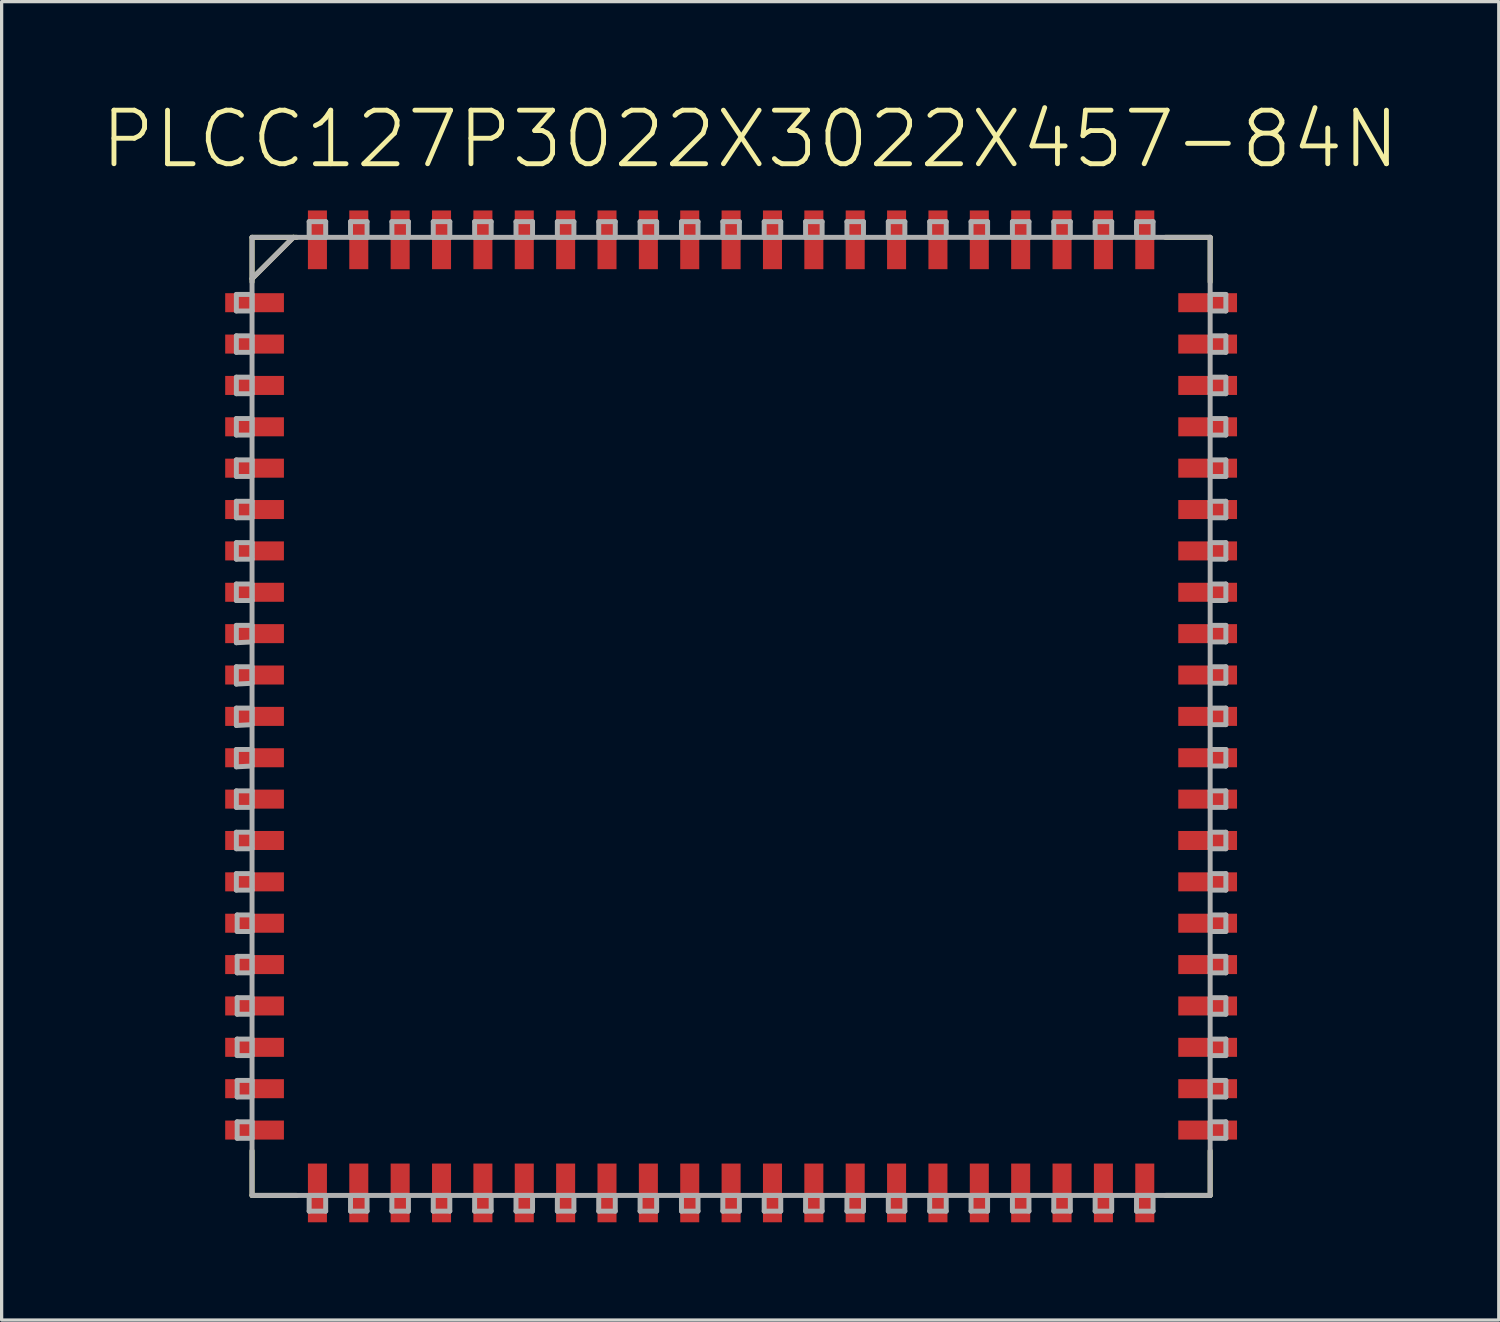
<source format=kicad_pcb>
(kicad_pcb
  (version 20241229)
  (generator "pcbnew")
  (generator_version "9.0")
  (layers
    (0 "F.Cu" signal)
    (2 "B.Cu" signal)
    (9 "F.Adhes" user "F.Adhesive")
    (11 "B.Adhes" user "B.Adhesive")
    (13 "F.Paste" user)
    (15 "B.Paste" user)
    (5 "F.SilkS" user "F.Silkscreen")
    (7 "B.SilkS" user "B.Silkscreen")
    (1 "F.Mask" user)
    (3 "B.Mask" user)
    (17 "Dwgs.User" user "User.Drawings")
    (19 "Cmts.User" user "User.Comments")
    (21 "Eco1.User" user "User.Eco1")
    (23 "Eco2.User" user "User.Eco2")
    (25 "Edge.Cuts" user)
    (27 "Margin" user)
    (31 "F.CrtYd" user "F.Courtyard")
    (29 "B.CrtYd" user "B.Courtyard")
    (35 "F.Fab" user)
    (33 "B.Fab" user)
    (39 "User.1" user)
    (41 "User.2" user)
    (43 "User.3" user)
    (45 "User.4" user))
  (footprint "PLCC127P3022X3022X457-84N"
    (layer "F.Cu")
    (at 19.395 18.943)
    (property "Reference" "PLCC127P3022X3022X457-84N" (at 0.586 -17.719 0) (layer "F.SilkS") (effects (font (size 1.644 1.644) (thickness 0.15))))
    (attr smd)
    (fp_line (start -14.707 -14.707) (end -14.707 -13.335) (stroke (width 0.152) (type solid)) (layer "F.SilkS"))
    (fp_line (start -14.707 -13.437) (end -13.437 -14.707) (stroke (width 0.152) (type solid)) (layer "F.SilkS"))
    (fp_line (start -14.707 13.335) (end -14.707 14.707) (stroke (width 0.152) (type solid)) (layer "F.SilkS"))
    (fp_line (start -14.707 14.707) (end -13.335 14.707) (stroke (width 0.152) (type solid)) (layer "F.SilkS"))
    (fp_line (start -13.437 -14.707) (end -14.707 -14.707) (stroke (width 0.152) (type solid)) (layer "F.SilkS"))
    (fp_line (start -13.335 -14.707) (end -13.437 -14.707) (stroke (width 0.152) (type solid)) (layer "F.SilkS"))
    (fp_line (start 13.335 14.707) (end 14.707 14.707) (stroke (width 0.152) (type solid)) (layer "F.SilkS"))
    (fp_line (start 14.707 -14.707) (end 13.335 -14.707) (stroke (width 0.152) (type solid)) (layer "F.SilkS"))
    (fp_line (start 14.707 -13.335) (end 14.707 -14.707) (stroke (width 0.152) (type solid)) (layer "F.SilkS"))
    (fp_line (start 14.707 14.707) (end 14.707 13.335) (stroke (width 0.152) (type solid)) (layer "F.SilkS"))
    (fp_line (start -15.189 -12.954) (end -15.189 -12.446) (stroke (width 0.152) (type solid)) (layer "F.Fab"))
    (fp_line (start -15.189 -12.446) (end -14.707 -12.446) (stroke (width 0.152) (type solid)) (layer "F.Fab"))
    (fp_line (start -15.189 -11.684) (end -15.189 -11.176) (stroke (width 0.152) (type solid)) (layer "F.Fab"))
    (fp_line (start -15.189 -11.176) (end -14.707 -11.176) (stroke (width 0.152) (type solid)) (layer "F.Fab"))
    (fp_line (start -15.189 -10.414) (end -15.189 -9.906) (stroke (width 0.152) (type solid)) (layer "F.Fab"))
    (fp_line (start -15.189 -9.906) (end -14.707 -9.906) (stroke (width 0.152) (type solid)) (layer "F.Fab"))
    (fp_line (start -15.189 -9.144) (end -15.189 -8.636) (stroke (width 0.152) (type solid)) (layer "F.Fab"))
    (fp_line (start -15.189 -8.636) (end -14.707 -8.636) (stroke (width 0.152) (type solid)) (layer "F.Fab"))
    (fp_line (start -15.189 -7.874) (end -15.189 -7.366) (stroke (width 0.152) (type solid)) (layer "F.Fab"))
    (fp_line (start -15.189 -7.366) (end -14.707 -7.366) (stroke (width 0.152) (type solid)) (layer "F.Fab"))
    (fp_line (start -15.189 -6.604) (end -15.189 -6.096) (stroke (width 0.152) (type solid)) (layer "F.Fab"))
    (fp_line (start -15.189 -6.096) (end -14.707 -6.096) (stroke (width 0.152) (type solid)) (layer "F.Fab"))
    (fp_line (start -15.189 -5.334) (end -15.189 -4.826) (stroke (width 0.152) (type solid)) (layer "F.Fab"))
    (fp_line (start -15.189 -4.826) (end -14.707 -4.826) (stroke (width 0.152) (type solid)) (layer "F.Fab"))
    (fp_line (start -15.189 -4.064) (end -15.189 -3.556) (stroke (width 0.152) (type solid)) (layer "F.Fab"))
    (fp_line (start -15.189 -3.556) (end -14.707 -3.556) (stroke (width 0.152) (type solid)) (layer "F.Fab"))
    (fp_line (start -15.189 -2.794) (end -15.189 -2.261) (stroke (width 0.152) (type solid)) (layer "F.Fab"))
    (fp_line (start -15.189 -2.261) (end -14.707 -2.286) (stroke (width 0.152) (type solid)) (layer "F.Fab"))
    (fp_line (start -15.189 -1.524) (end -15.189 -0.991) (stroke (width 0.152) (type solid)) (layer "F.Fab"))
    (fp_line (start -15.189 -0.991) (end -14.707 -1.016) (stroke (width 0.152) (type solid)) (layer "F.Fab"))
    (fp_line (start -15.189 -0.254) (end -15.189 0.279) (stroke (width 0.152) (type solid)) (layer "F.Fab"))
    (fp_line (start -15.189 0.279) (end -14.707 0.254) (stroke (width 0.152) (type solid)) (layer "F.Fab"))
    (fp_line (start -15.189 1.016) (end -15.189 1.549) (stroke (width 0.152) (type solid)) (layer "F.Fab"))
    (fp_line (start -15.189 1.549) (end -14.707 1.524) (stroke (width 0.152) (type solid)) (layer "F.Fab"))
    (fp_line (start -15.189 2.286) (end -15.189 2.794) (stroke (width 0.152) (type solid)) (layer "F.Fab"))
    (fp_line (start -15.189 2.794) (end -14.707 2.794) (stroke (width 0.152) (type solid)) (layer "F.Fab"))
    (fp_line (start -15.189 3.556) (end -15.189 4.064) (stroke (width 0.152) (type solid)) (layer "F.Fab"))
    (fp_line (start -15.189 4.064) (end -14.707 4.064) (stroke (width 0.152) (type solid)) (layer "F.Fab"))
    (fp_line (start -15.189 4.826) (end -15.189 5.334) (stroke (width 0.152) (type solid)) (layer "F.Fab"))
    (fp_line (start -15.189 5.334) (end -14.707 5.334) (stroke (width 0.152) (type solid)) (layer "F.Fab"))
    (fp_line (start -15.164 6.096) (end -15.164 6.604) (stroke (width 0.152) (type solid)) (layer "F.Fab"))
    (fp_line (start -15.164 6.604) (end -14.707 6.604) (stroke (width 0.152) (type solid)) (layer "F.Fab"))
    (fp_line (start -15.164 7.366) (end -15.164 7.874) (stroke (width 0.152) (type solid)) (layer "F.Fab"))
    (fp_line (start -15.164 7.874) (end -14.707 7.874) (stroke (width 0.152) (type solid)) (layer "F.Fab"))
    (fp_line (start -15.164 8.636) (end -15.164 9.144) (stroke (width 0.152) (type solid)) (layer "F.Fab"))
    (fp_line (start -15.164 9.144) (end -14.707 9.144) (stroke (width 0.152) (type solid)) (layer "F.Fab"))
    (fp_line (start -15.164 9.906) (end -15.164 10.414) (stroke (width 0.152) (type solid)) (layer "F.Fab"))
    (fp_line (start -15.164 10.414) (end -14.707 10.414) (stroke (width 0.152) (type solid)) (layer "F.Fab"))
    (fp_line (start -15.164 11.176) (end -15.164 11.684) (stroke (width 0.152) (type solid)) (layer "F.Fab"))
    (fp_line (start -15.164 11.684) (end -14.707 11.684) (stroke (width 0.152) (type solid)) (layer "F.Fab"))
    (fp_line (start -15.164 12.446) (end -15.164 12.954) (stroke (width 0.152) (type solid)) (layer "F.Fab"))
    (fp_line (start -15.164 12.954) (end -14.707 12.954) (stroke (width 0.152) (type solid)) (layer "F.Fab"))
    (fp_line (start -14.707 -14.707) (end -14.707 14.707) (stroke (width 0.152) (type solid)) (layer "F.Fab"))
    (fp_line (start -14.707 -13.437) (end -13.437 -14.707) (stroke (width 0.152) (type solid)) (layer "F.Fab"))
    (fp_line (start -14.707 -12.954) (end -15.189 -12.954) (stroke (width 0.152) (type solid)) (layer "F.Fab"))
    (fp_line (start -14.707 -12.446) (end -14.707 -12.954) (stroke (width 0.152) (type solid)) (layer "F.Fab"))
    (fp_line (start -14.707 -11.684) (end -15.189 -11.684) (stroke (width 0.152) (type solid)) (layer "F.Fab"))
    (fp_line (start -14.707 -11.176) (end -14.707 -11.684) (stroke (width 0.152) (type solid)) (layer "F.Fab"))
    (fp_line (start -14.707 -10.414) (end -15.189 -10.414) (stroke (width 0.152) (type solid)) (layer "F.Fab"))
    (fp_line (start -14.707 -9.906) (end -14.707 -10.414) (stroke (width 0.152) (type solid)) (layer "F.Fab"))
    (fp_line (start -14.707 -9.144) (end -15.189 -9.144) (stroke (width 0.152) (type solid)) (layer "F.Fab"))
    (fp_line (start -14.707 -8.636) (end -14.707 -9.144) (stroke (width 0.152) (type solid)) (layer "F.Fab"))
    (fp_line (start -14.707 -7.874) (end -15.189 -7.874) (stroke (width 0.152) (type solid)) (layer "F.Fab"))
    (fp_line (start -14.707 -7.366) (end -14.707 -7.874) (stroke (width 0.152) (type solid)) (layer "F.Fab"))
    (fp_line (start -14.707 -6.604) (end -15.189 -6.604) (stroke (width 0.152) (type solid)) (layer "F.Fab"))
    (fp_line (start -14.707 -6.096) (end -14.707 -6.604) (stroke (width 0.152) (type solid)) (layer "F.Fab"))
    (fp_line (start -14.707 -5.334) (end -15.189 -5.334) (stroke (width 0.152) (type solid)) (layer "F.Fab"))
    (fp_line (start -14.707 -4.826) (end -14.707 -5.334) (stroke (width 0.152) (type solid)) (layer "F.Fab"))
    (fp_line (start -14.707 -4.064) (end -15.189 -4.064) (stroke (width 0.152) (type solid)) (layer "F.Fab"))
    (fp_line (start -14.707 -3.556) (end -14.707 -4.064) (stroke (width 0.152) (type solid)) (layer "F.Fab"))
    (fp_line (start -14.707 -2.794) (end -15.189 -2.794) (stroke (width 0.152) (type solid)) (layer "F.Fab"))
    (fp_line (start -14.707 -2.286) (end -14.707 -2.794) (stroke (width 0.152) (type solid)) (layer "F.Fab"))
    (fp_line (start -14.707 -1.524) (end -15.189 -1.524) (stroke (width 0.152) (type solid)) (layer "F.Fab"))
    (fp_line (start -14.707 -1.016) (end -14.707 -1.524) (stroke (width 0.152) (type solid)) (layer "F.Fab"))
    (fp_line (start -14.707 -0.254) (end -15.189 -0.254) (stroke (width 0.152) (type solid)) (layer "F.Fab"))
    (fp_line (start -14.707 0.254) (end -14.707 -0.254) (stroke (width 0.152) (type solid)) (layer "F.Fab"))
    (fp_line (start -14.707 1.016) (end -15.189 1.016) (stroke (width 0.152) (type solid)) (layer "F.Fab"))
    (fp_line (start -14.707 1.524) (end -14.707 1.016) (stroke (width 0.152) (type solid)) (layer "F.Fab"))
    (fp_line (start -14.707 2.286) (end -15.189 2.286) (stroke (width 0.152) (type solid)) (layer "F.Fab"))
    (fp_line (start -14.707 2.794) (end -14.707 2.286) (stroke (width 0.152) (type solid)) (layer "F.Fab"))
    (fp_line (start -14.707 3.556) (end -15.189 3.556) (stroke (width 0.152) (type solid)) (layer "F.Fab"))
    (fp_line (start -14.707 4.064) (end -14.707 3.556) (stroke (width 0.152) (type solid)) (layer "F.Fab"))
    (fp_line (start -14.707 4.826) (end -15.189 4.826) (stroke (width 0.152) (type solid)) (layer "F.Fab"))
    (fp_line (start -14.707 5.334) (end -14.707 4.826) (stroke (width 0.152) (type solid)) (layer "F.Fab"))
    (fp_line (start -14.707 6.096) (end -15.164 6.096) (stroke (width 0.152) (type solid)) (layer "F.Fab"))
    (fp_line (start -14.707 6.604) (end -14.707 6.096) (stroke (width 0.152) (type solid)) (layer "F.Fab"))
    (fp_line (start -14.707 7.366) (end -15.164 7.366) (stroke (width 0.152) (type solid)) (layer "F.Fab"))
    (fp_line (start -14.707 7.874) (end -14.707 7.366) (stroke (width 0.152) (type solid)) (layer "F.Fab"))
    (fp_line (start -14.707 8.636) (end -15.164 8.636) (stroke (width 0.152) (type solid)) (layer "F.Fab"))
    (fp_line (start -14.707 9.144) (end -14.707 8.636) (stroke (width 0.152) (type solid)) (layer "F.Fab"))
    (fp_line (start -14.707 9.906) (end -15.164 9.906) (stroke (width 0.152) (type solid)) (layer "F.Fab"))
    (fp_line (start -14.707 10.414) (end -14.707 9.906) (stroke (width 0.152) (type solid)) (layer "F.Fab"))
    (fp_line (start -14.707 11.176) (end -15.164 11.176) (stroke (width 0.152) (type solid)) (layer "F.Fab"))
    (fp_line (start -14.707 11.684) (end -14.707 11.176) (stroke (width 0.152) (type solid)) (layer "F.Fab"))
    (fp_line (start -14.707 12.446) (end -15.164 12.446) (stroke (width 0.152) (type solid)) (layer "F.Fab"))
    (fp_line (start -14.707 12.954) (end -14.707 12.446) (stroke (width 0.152) (type solid)) (layer "F.Fab"))
    (fp_line (start -14.707 14.707) (end 14.707 14.707) (stroke (width 0.152) (type solid)) (layer "F.Fab"))
    (fp_line (start -12.954 -15.189) (end -12.954 -14.707) (stroke (width 0.152) (type solid)) (layer "F.Fab"))
    (fp_line (start -12.954 -14.707) (end -12.446 -14.707) (stroke (width 0.152) (type solid)) (layer "F.Fab"))
    (fp_line (start -12.954 14.707) (end -12.954 15.189) (stroke (width 0.152) (type solid)) (layer "F.Fab"))
    (fp_line (start -12.954 15.189) (end -12.446 15.189) (stroke (width 0.152) (type solid)) (layer "F.Fab"))
    (fp_line (start -12.446 -15.189) (end -12.954 -15.189) (stroke (width 0.152) (type solid)) (layer "F.Fab"))
    (fp_line (start -12.446 -14.707) (end -12.446 -15.189) (stroke (width 0.152) (type solid)) (layer "F.Fab"))
    (fp_line (start -12.446 14.707) (end -12.954 14.707) (stroke (width 0.152) (type solid)) (layer "F.Fab"))
    (fp_line (start -12.446 15.189) (end -12.446 14.707) (stroke (width 0.152) (type solid)) (layer "F.Fab"))
    (fp_line (start -11.684 -15.189) (end -11.684 -14.707) (stroke (width 0.152) (type solid)) (layer "F.Fab"))
    (fp_line (start -11.684 -14.707) (end -11.176 -14.707) (stroke (width 0.152) (type solid)) (layer "F.Fab"))
    (fp_line (start -11.684 14.707) (end -11.684 15.189) (stroke (width 0.152) (type solid)) (layer "F.Fab"))
    (fp_line (start -11.684 15.189) (end -11.176 15.189) (stroke (width 0.152) (type solid)) (layer "F.Fab"))
    (fp_line (start -11.176 -15.189) (end -11.684 -15.189) (stroke (width 0.152) (type solid)) (layer "F.Fab"))
    (fp_line (start -11.176 -14.707) (end -11.176 -15.189) (stroke (width 0.152) (type solid)) (layer "F.Fab"))
    (fp_line (start -11.176 14.707) (end -11.684 14.707) (stroke (width 0.152) (type solid)) (layer "F.Fab"))
    (fp_line (start -11.176 15.189) (end -11.176 14.707) (stroke (width 0.152) (type solid)) (layer "F.Fab"))
    (fp_line (start -10.414 -15.189) (end -10.414 -14.707) (stroke (width 0.152) (type solid)) (layer "F.Fab"))
    (fp_line (start -10.414 -14.707) (end -9.906 -14.707) (stroke (width 0.152) (type solid)) (layer "F.Fab"))
    (fp_line (start -10.414 14.707) (end -10.414 15.189) (stroke (width 0.152) (type solid)) (layer "F.Fab"))
    (fp_line (start -10.414 15.189) (end -9.906 15.189) (stroke (width 0.152) (type solid)) (layer "F.Fab"))
    (fp_line (start -9.906 -15.189) (end -10.414 -15.189) (stroke (width 0.152) (type solid)) (layer "F.Fab"))
    (fp_line (start -9.906 -14.707) (end -9.906 -15.189) (stroke (width 0.152) (type solid)) (layer "F.Fab"))
    (fp_line (start -9.906 14.707) (end -10.414 14.707) (stroke (width 0.152) (type solid)) (layer "F.Fab"))
    (fp_line (start -9.906 15.189) (end -9.906 14.707) (stroke (width 0.152) (type solid)) (layer "F.Fab"))
    (fp_line (start -9.144 -15.189) (end -9.144 -14.707) (stroke (width 0.152) (type solid)) (layer "F.Fab"))
    (fp_line (start -9.144 -14.707) (end -8.636 -14.707) (stroke (width 0.152) (type solid)) (layer "F.Fab"))
    (fp_line (start -9.144 14.707) (end -9.144 15.189) (stroke (width 0.152) (type solid)) (layer "F.Fab"))
    (fp_line (start -9.144 15.189) (end -8.636 15.189) (stroke (width 0.152) (type solid)) (layer "F.Fab"))
    (fp_line (start -8.636 -15.189) (end -9.144 -15.189) (stroke (width 0.152) (type solid)) (layer "F.Fab"))
    (fp_line (start -8.636 -14.707) (end -8.636 -15.189) (stroke (width 0.152) (type solid)) (layer "F.Fab"))
    (fp_line (start -8.636 14.707) (end -9.144 14.707) (stroke (width 0.152) (type solid)) (layer "F.Fab"))
    (fp_line (start -8.636 15.189) (end -8.636 14.707) (stroke (width 0.152) (type solid)) (layer "F.Fab"))
    (fp_line (start -7.874 -15.189) (end -7.874 -14.707) (stroke (width 0.152) (type solid)) (layer "F.Fab"))
    (fp_line (start -7.874 -14.707) (end -7.366 -14.707) (stroke (width 0.152) (type solid)) (layer "F.Fab"))
    (fp_line (start -7.874 14.707) (end -7.874 15.189) (stroke (width 0.152) (type solid)) (layer "F.Fab"))
    (fp_line (start -7.874 15.189) (end -7.366 15.189) (stroke (width 0.152) (type solid)) (layer "F.Fab"))
    (fp_line (start -7.366 -15.189) (end -7.874 -15.189) (stroke (width 0.152) (type solid)) (layer "F.Fab"))
    (fp_line (start -7.366 -14.707) (end -7.366 -15.189) (stroke (width 0.152) (type solid)) (layer "F.Fab"))
    (fp_line (start -7.366 14.707) (end -7.874 14.707) (stroke (width 0.152) (type solid)) (layer "F.Fab"))
    (fp_line (start -7.366 15.189) (end -7.366 14.707) (stroke (width 0.152) (type solid)) (layer "F.Fab"))
    (fp_line (start -6.604 -15.189) (end -6.604 -14.707) (stroke (width 0.152) (type solid)) (layer "F.Fab"))
    (fp_line (start -6.604 -14.707) (end -6.096 -14.707) (stroke (width 0.152) (type solid)) (layer "F.Fab"))
    (fp_line (start -6.604 14.707) (end -6.604 15.189) (stroke (width 0.152) (type solid)) (layer "F.Fab"))
    (fp_line (start -6.604 15.189) (end -6.096 15.189) (stroke (width 0.152) (type solid)) (layer "F.Fab"))
    (fp_line (start -6.096 -15.189) (end -6.604 -15.189) (stroke (width 0.152) (type solid)) (layer "F.Fab"))
    (fp_line (start -6.096 -14.707) (end -6.096 -15.189) (stroke (width 0.152) (type solid)) (layer "F.Fab"))
    (fp_line (start -6.096 14.707) (end -6.604 14.707) (stroke (width 0.152) (type solid)) (layer "F.Fab"))
    (fp_line (start -6.096 15.189) (end -6.096 14.707) (stroke (width 0.152) (type solid)) (layer "F.Fab"))
    (fp_line (start -5.334 -15.189) (end -5.334 -14.707) (stroke (width 0.152) (type solid)) (layer "F.Fab"))
    (fp_line (start -5.334 -14.707) (end -4.826 -14.707) (stroke (width 0.152) (type solid)) (layer "F.Fab"))
    (fp_line (start -5.334 14.707) (end -5.334 15.189) (stroke (width 0.152) (type solid)) (layer "F.Fab"))
    (fp_line (start -5.334 15.189) (end -4.826 15.189) (stroke (width 0.152) (type solid)) (layer "F.Fab"))
    (fp_line (start -4.826 -15.189) (end -5.334 -15.189) (stroke (width 0.152) (type solid)) (layer "F.Fab"))
    (fp_line (start -4.826 -14.707) (end -4.826 -15.189) (stroke (width 0.152) (type solid)) (layer "F.Fab"))
    (fp_line (start -4.826 14.707) (end -5.334 14.707) (stroke (width 0.152) (type solid)) (layer "F.Fab"))
    (fp_line (start -4.826 15.189) (end -4.826 14.707) (stroke (width 0.152) (type solid)) (layer "F.Fab"))
    (fp_line (start -4.064 -15.189) (end -4.064 -14.707) (stroke (width 0.152) (type solid)) (layer "F.Fab"))
    (fp_line (start -4.064 -14.707) (end -3.556 -14.707) (stroke (width 0.152) (type solid)) (layer "F.Fab"))
    (fp_line (start -4.064 14.707) (end -4.064 15.189) (stroke (width 0.152) (type solid)) (layer "F.Fab"))
    (fp_line (start -4.064 15.189) (end -3.556 15.189) (stroke (width 0.152) (type solid)) (layer "F.Fab"))
    (fp_line (start -3.556 -15.189) (end -4.064 -15.189) (stroke (width 0.152) (type solid)) (layer "F.Fab"))
    (fp_line (start -3.556 -14.707) (end -3.556 -15.189) (stroke (width 0.152) (type solid)) (layer "F.Fab"))
    (fp_line (start -3.556 14.707) (end -4.064 14.707) (stroke (width 0.152) (type solid)) (layer "F.Fab"))
    (fp_line (start -3.556 15.189) (end -3.556 14.707) (stroke (width 0.152) (type solid)) (layer "F.Fab"))
    (fp_line (start -2.794 -15.189) (end -2.794 -14.707) (stroke (width 0.152) (type solid)) (layer "F.Fab"))
    (fp_line (start -2.794 -14.707) (end -2.286 -14.707) (stroke (width 0.152) (type solid)) (layer "F.Fab"))
    (fp_line (start -2.794 14.707) (end -2.794 15.189) (stroke (width 0.152) (type solid)) (layer "F.Fab"))
    (fp_line (start -2.794 15.189) (end -2.286 15.189) (stroke (width 0.152) (type solid)) (layer "F.Fab"))
    (fp_line (start -2.286 -15.189) (end -2.794 -15.189) (stroke (width 0.152) (type solid)) (layer "F.Fab"))
    (fp_line (start -2.286 -14.707) (end -2.286 -15.189) (stroke (width 0.152) (type solid)) (layer "F.Fab"))
    (fp_line (start -2.286 14.707) (end -2.794 14.707) (stroke (width 0.152) (type solid)) (layer "F.Fab"))
    (fp_line (start -2.286 15.189) (end -2.286 14.707) (stroke (width 0.152) (type solid)) (layer "F.Fab"))
    (fp_line (start -1.524 -15.189) (end -1.524 -14.707) (stroke (width 0.152) (type solid)) (layer "F.Fab"))
    (fp_line (start -1.524 -14.707) (end -1.016 -14.707) (stroke (width 0.152) (type solid)) (layer "F.Fab"))
    (fp_line (start -1.524 14.707) (end -1.524 15.189) (stroke (width 0.152) (type solid)) (layer "F.Fab"))
    (fp_line (start -1.524 15.189) (end -1.016 15.189) (stroke (width 0.152) (type solid)) (layer "F.Fab"))
    (fp_line (start -1.016 -15.189) (end -1.524 -15.189) (stroke (width 0.152) (type solid)) (layer "F.Fab"))
    (fp_line (start -1.016 -14.707) (end -1.016 -15.189) (stroke (width 0.152) (type solid)) (layer "F.Fab"))
    (fp_line (start -1.016 14.707) (end -1.524 14.707) (stroke (width 0.152) (type solid)) (layer "F.Fab"))
    (fp_line (start -1.016 15.189) (end -1.016 14.707) (stroke (width 0.152) (type solid)) (layer "F.Fab"))
    (fp_line (start -0.254 -15.189) (end -0.254 -14.707) (stroke (width 0.152) (type solid)) (layer "F.Fab"))
    (fp_line (start -0.254 -14.707) (end 0.254 -14.707) (stroke (width 0.152) (type solid)) (layer "F.Fab"))
    (fp_line (start -0.254 14.707) (end -0.254 15.189) (stroke (width 0.152) (type solid)) (layer "F.Fab"))
    (fp_line (start -0.254 15.189) (end 0.254 15.189) (stroke (width 0.152) (type solid)) (layer "F.Fab"))
    (fp_line (start 0.254 -15.189) (end -0.254 -15.189) (stroke (width 0.152) (type solid)) (layer "F.Fab"))
    (fp_line (start 0.254 -14.707) (end 0.254 -15.189) (stroke (width 0.152) (type solid)) (layer "F.Fab"))
    (fp_line (start 0.254 14.707) (end -0.254 14.707) (stroke (width 0.152) (type solid)) (layer "F.Fab"))
    (fp_line (start 0.254 15.189) (end 0.254 14.707) (stroke (width 0.152) (type solid)) (layer "F.Fab"))
    (fp_line (start 1.016 -15.189) (end 1.016 -14.707) (stroke (width 0.152) (type solid)) (layer "F.Fab"))
    (fp_line (start 1.016 -14.707) (end 1.524 -14.707) (stroke (width 0.152) (type solid)) (layer "F.Fab"))
    (fp_line (start 1.016 14.707) (end 1.016 15.189) (stroke (width 0.152) (type solid)) (layer "F.Fab"))
    (fp_line (start 1.016 15.189) (end 1.524 15.189) (stroke (width 0.152) (type solid)) (layer "F.Fab"))
    (fp_line (start 1.524 -15.189) (end 1.016 -15.189) (stroke (width 0.152) (type solid)) (layer "F.Fab"))
    (fp_line (start 1.524 -14.707) (end 1.524 -15.189) (stroke (width 0.152) (type solid)) (layer "F.Fab"))
    (fp_line (start 1.524 14.707) (end 1.016 14.707) (stroke (width 0.152) (type solid)) (layer "F.Fab"))
    (fp_line (start 1.524 15.189) (end 1.524 14.707) (stroke (width 0.152) (type solid)) (layer "F.Fab"))
    (fp_line (start 2.286 -15.189) (end 2.286 -14.707) (stroke (width 0.152) (type solid)) (layer "F.Fab"))
    (fp_line (start 2.286 -14.707) (end 2.794 -14.707) (stroke (width 0.152) (type solid)) (layer "F.Fab"))
    (fp_line (start 2.286 14.707) (end 2.286 15.189) (stroke (width 0.152) (type solid)) (layer "F.Fab"))
    (fp_line (start 2.286 15.189) (end 2.794 15.189) (stroke (width 0.152) (type solid)) (layer "F.Fab"))
    (fp_line (start 2.794 -15.189) (end 2.286 -15.189) (stroke (width 0.152) (type solid)) (layer "F.Fab"))
    (fp_line (start 2.794 -14.707) (end 2.794 -15.189) (stroke (width 0.152) (type solid)) (layer "F.Fab"))
    (fp_line (start 2.794 14.707) (end 2.286 14.707) (stroke (width 0.152) (type solid)) (layer "F.Fab"))
    (fp_line (start 2.794 15.189) (end 2.794 14.707) (stroke (width 0.152) (type solid)) (layer "F.Fab"))
    (fp_line (start 3.556 -15.189) (end 3.556 -14.707) (stroke (width 0.152) (type solid)) (layer "F.Fab"))
    (fp_line (start 3.556 -14.707) (end 4.064 -14.707) (stroke (width 0.152) (type solid)) (layer "F.Fab"))
    (fp_line (start 3.556 14.707) (end 3.556 15.189) (stroke (width 0.152) (type solid)) (layer "F.Fab"))
    (fp_line (start 3.556 15.189) (end 4.064 15.189) (stroke (width 0.152) (type solid)) (layer "F.Fab"))
    (fp_line (start 4.064 -15.189) (end 3.556 -15.189) (stroke (width 0.152) (type solid)) (layer "F.Fab"))
    (fp_line (start 4.064 -14.707) (end 4.064 -15.189) (stroke (width 0.152) (type solid)) (layer "F.Fab"))
    (fp_line (start 4.064 14.707) (end 3.556 14.707) (stroke (width 0.152) (type solid)) (layer "F.Fab"))
    (fp_line (start 4.064 15.189) (end 4.064 14.707) (stroke (width 0.152) (type solid)) (layer "F.Fab"))
    (fp_line (start 4.826 -15.189) (end 4.826 -14.707) (stroke (width 0.152) (type solid)) (layer "F.Fab"))
    (fp_line (start 4.826 -14.707) (end 5.334 -14.707) (stroke (width 0.152) (type solid)) (layer "F.Fab"))
    (fp_line (start 4.826 14.707) (end 4.826 15.189) (stroke (width 0.152) (type solid)) (layer "F.Fab"))
    (fp_line (start 4.826 15.189) (end 5.334 15.189) (stroke (width 0.152) (type solid)) (layer "F.Fab"))
    (fp_line (start 5.334 -15.189) (end 4.826 -15.189) (stroke (width 0.152) (type solid)) (layer "F.Fab"))
    (fp_line (start 5.334 -14.707) (end 5.334 -15.189) (stroke (width 0.152) (type solid)) (layer "F.Fab"))
    (fp_line (start 5.334 14.707) (end 4.826 14.707) (stroke (width 0.152) (type solid)) (layer "F.Fab"))
    (fp_line (start 5.334 15.189) (end 5.334 14.707) (stroke (width 0.152) (type solid)) (layer "F.Fab"))
    (fp_line (start 6.096 -15.189) (end 6.096 -14.707) (stroke (width 0.152) (type solid)) (layer "F.Fab"))
    (fp_line (start 6.096 -14.707) (end 6.604 -14.707) (stroke (width 0.152) (type solid)) (layer "F.Fab"))
    (fp_line (start 6.096 14.707) (end 6.096 15.189) (stroke (width 0.152) (type solid)) (layer "F.Fab"))
    (fp_line (start 6.096 15.189) (end 6.604 15.189) (stroke (width 0.152) (type solid)) (layer "F.Fab"))
    (fp_line (start 6.604 -15.189) (end 6.096 -15.189) (stroke (width 0.152) (type solid)) (layer "F.Fab"))
    (fp_line (start 6.604 -14.707) (end 6.604 -15.189) (stroke (width 0.152) (type solid)) (layer "F.Fab"))
    (fp_line (start 6.604 14.707) (end 6.096 14.707) (stroke (width 0.152) (type solid)) (layer "F.Fab"))
    (fp_line (start 6.604 15.189) (end 6.604 14.707) (stroke (width 0.152) (type solid)) (layer "F.Fab"))
    (fp_line (start 7.366 -15.189) (end 7.366 -14.707) (stroke (width 0.152) (type solid)) (layer "F.Fab"))
    (fp_line (start 7.366 -14.707) (end 7.874 -14.707) (stroke (width 0.152) (type solid)) (layer "F.Fab"))
    (fp_line (start 7.366 14.707) (end 7.366 15.189) (stroke (width 0.152) (type solid)) (layer "F.Fab"))
    (fp_line (start 7.366 15.189) (end 7.874 15.189) (stroke (width 0.152) (type solid)) (layer "F.Fab"))
    (fp_line (start 7.874 -15.189) (end 7.366 -15.189) (stroke (width 0.152) (type solid)) (layer "F.Fab"))
    (fp_line (start 7.874 -14.707) (end 7.874 -15.189) (stroke (width 0.152) (type solid)) (layer "F.Fab"))
    (fp_line (start 7.874 14.707) (end 7.366 14.707) (stroke (width 0.152) (type solid)) (layer "F.Fab"))
    (fp_line (start 7.874 15.189) (end 7.874 14.707) (stroke (width 0.152) (type solid)) (layer "F.Fab"))
    (fp_line (start 8.636 -15.189) (end 8.636 -14.707) (stroke (width 0.152) (type solid)) (layer "F.Fab"))
    (fp_line (start 8.636 -14.707) (end 9.144 -14.707) (stroke (width 0.152) (type solid)) (layer "F.Fab"))
    (fp_line (start 8.636 14.707) (end 8.636 15.189) (stroke (width 0.152) (type solid)) (layer "F.Fab"))
    (fp_line (start 8.636 15.189) (end 9.144 15.189) (stroke (width 0.152) (type solid)) (layer "F.Fab"))
    (fp_line (start 9.144 -15.189) (end 8.636 -15.189) (stroke (width 0.152) (type solid)) (layer "F.Fab"))
    (fp_line (start 9.144 -14.707) (end 9.144 -15.189) (stroke (width 0.152) (type solid)) (layer "F.Fab"))
    (fp_line (start 9.144 14.707) (end 8.636 14.707) (stroke (width 0.152) (type solid)) (layer "F.Fab"))
    (fp_line (start 9.144 15.189) (end 9.144 14.707) (stroke (width 0.152) (type solid)) (layer "F.Fab"))
    (fp_line (start 9.906 -15.189) (end 9.906 -14.707) (stroke (width 0.152) (type solid)) (layer "F.Fab"))
    (fp_line (start 9.906 -14.707) (end 10.414 -14.707) (stroke (width 0.152) (type solid)) (layer "F.Fab"))
    (fp_line (start 9.906 14.707) (end 9.906 15.189) (stroke (width 0.152) (type solid)) (layer "F.Fab"))
    (fp_line (start 9.906 15.189) (end 10.414 15.189) (stroke (width 0.152) (type solid)) (layer "F.Fab"))
    (fp_line (start 10.414 -15.189) (end 9.906 -15.189) (stroke (width 0.152) (type solid)) (layer "F.Fab"))
    (fp_line (start 10.414 -14.707) (end 10.414 -15.189) (stroke (width 0.152) (type solid)) (layer "F.Fab"))
    (fp_line (start 10.414 14.707) (end 9.906 14.707) (stroke (width 0.152) (type solid)) (layer "F.Fab"))
    (fp_line (start 10.414 15.189) (end 10.414 14.707) (stroke (width 0.152) (type solid)) (layer "F.Fab"))
    (fp_line (start 11.176 -15.189) (end 11.176 -14.707) (stroke (width 0.152) (type solid)) (layer "F.Fab"))
    (fp_line (start 11.176 -14.707) (end 11.684 -14.707) (stroke (width 0.152) (type solid)) (layer "F.Fab"))
    (fp_line (start 11.176 14.707) (end 11.176 15.189) (stroke (width 0.152) (type solid)) (layer "F.Fab"))
    (fp_line (start 11.176 15.189) (end 11.684 15.189) (stroke (width 0.152) (type solid)) (layer "F.Fab"))
    (fp_line (start 11.684 -15.189) (end 11.176 -15.189) (stroke (width 0.152) (type solid)) (layer "F.Fab"))
    (fp_line (start 11.684 -14.707) (end 11.684 -15.189) (stroke (width 0.152) (type solid)) (layer "F.Fab"))
    (fp_line (start 11.684 14.707) (end 11.176 14.707) (stroke (width 0.152) (type solid)) (layer "F.Fab"))
    (fp_line (start 11.684 15.189) (end 11.684 14.707) (stroke (width 0.152) (type solid)) (layer "F.Fab"))
    (fp_line (start 12.446 -15.189) (end 12.446 -14.707) (stroke (width 0.152) (type solid)) (layer "F.Fab"))
    (fp_line (start 12.446 -14.707) (end 12.954 -14.707) (stroke (width 0.152) (type solid)) (layer "F.Fab"))
    (fp_line (start 12.446 14.707) (end 12.446 15.189) (stroke (width 0.152) (type solid)) (layer "F.Fab"))
    (fp_line (start 12.446 15.189) (end 12.954 15.189) (stroke (width 0.152) (type solid)) (layer "F.Fab"))
    (fp_line (start 12.954 -15.189) (end 12.446 -15.189) (stroke (width 0.152) (type solid)) (layer "F.Fab"))
    (fp_line (start 12.954 -14.707) (end 12.954 -15.189) (stroke (width 0.152) (type solid)) (layer "F.Fab"))
    (fp_line (start 12.954 14.707) (end 12.446 14.707) (stroke (width 0.152) (type solid)) (layer "F.Fab"))
    (fp_line (start 12.954 15.189) (end 12.954 14.707) (stroke (width 0.152) (type solid)) (layer "F.Fab"))
    (fp_line (start 14.707 -14.707) (end -14.707 -14.707) (stroke (width 0.152) (type solid)) (layer "F.Fab"))
    (fp_line (start 14.707 -12.954) (end 14.707 -12.446) (stroke (width 0.152) (type solid)) (layer "F.Fab"))
    (fp_line (start 14.707 -12.446) (end 15.189 -12.446) (stroke (width 0.152) (type solid)) (layer "F.Fab"))
    (fp_line (start 14.707 -11.684) (end 14.707 -11.176) (stroke (width 0.152) (type solid)) (layer "F.Fab"))
    (fp_line (start 14.707 -11.176) (end 15.189 -11.176) (stroke (width 0.152) (type solid)) (layer "F.Fab"))
    (fp_line (start 14.707 -10.414) (end 14.707 -9.906) (stroke (width 0.152) (type solid)) (layer "F.Fab"))
    (fp_line (start 14.707 -9.906) (end 15.189 -9.906) (stroke (width 0.152) (type solid)) (layer "F.Fab"))
    (fp_line (start 14.707 -9.144) (end 14.707 -8.636) (stroke (width 0.152) (type solid)) (layer "F.Fab"))
    (fp_line (start 14.707 -8.636) (end 15.189 -8.636) (stroke (width 0.152) (type solid)) (layer "F.Fab"))
    (fp_line (start 14.707 -7.874) (end 14.707 -7.366) (stroke (width 0.152) (type solid)) (layer "F.Fab"))
    (fp_line (start 14.707 -7.366) (end 15.189 -7.366) (stroke (width 0.152) (type solid)) (layer "F.Fab"))
    (fp_line (start 14.707 -6.604) (end 14.707 -6.096) (stroke (width 0.152) (type solid)) (layer "F.Fab"))
    (fp_line (start 14.707 -6.096) (end 15.189 -6.096) (stroke (width 0.152) (type solid)) (layer "F.Fab"))
    (fp_line (start 14.707 -5.334) (end 14.707 -4.826) (stroke (width 0.152) (type solid)) (layer "F.Fab"))
    (fp_line (start 14.707 -4.826) (end 15.189 -4.826) (stroke (width 0.152) (type solid)) (layer "F.Fab"))
    (fp_line (start 14.707 -4.064) (end 14.707 -3.556) (stroke (width 0.152) (type solid)) (layer "F.Fab"))
    (fp_line (start 14.707 -3.556) (end 15.189 -3.556) (stroke (width 0.152) (type solid)) (layer "F.Fab"))
    (fp_line (start 14.707 -2.794) (end 14.707 -2.286) (stroke (width 0.152) (type solid)) (layer "F.Fab"))
    (fp_line (start 14.707 -2.286) (end 15.189 -2.286) (stroke (width 0.152) (type solid)) (layer "F.Fab"))
    (fp_line (start 14.707 -1.524) (end 14.707 -1.016) (stroke (width 0.152) (type solid)) (layer "F.Fab"))
    (fp_line (start 14.707 -1.016) (end 15.189 -1.016) (stroke (width 0.152) (type solid)) (layer "F.Fab"))
    (fp_line (start 14.707 -0.254) (end 14.707 0.254) (stroke (width 0.152) (type solid)) (layer "F.Fab"))
    (fp_line (start 14.707 0.254) (end 15.189 0.254) (stroke (width 0.152) (type solid)) (layer "F.Fab"))
    (fp_line (start 14.707 1.016) (end 14.707 1.524) (stroke (width 0.152) (type solid)) (layer "F.Fab"))
    (fp_line (start 14.707 1.524) (end 15.189 1.524) (stroke (width 0.152) (type solid)) (layer "F.Fab"))
    (fp_line (start 14.707 2.286) (end 14.707 2.794) (stroke (width 0.152) (type solid)) (layer "F.Fab"))
    (fp_line (start 14.707 2.794) (end 15.189 2.794) (stroke (width 0.152) (type solid)) (layer "F.Fab"))
    (fp_line (start 14.707 3.556) (end 14.707 4.064) (stroke (width 0.152) (type solid)) (layer "F.Fab"))
    (fp_line (start 14.707 4.064) (end 15.189 4.064) (stroke (width 0.152) (type solid)) (layer "F.Fab"))
    (fp_line (start 14.707 4.826) (end 14.707 5.334) (stroke (width 0.152) (type solid)) (layer "F.Fab"))
    (fp_line (start 14.707 5.334) (end 15.189 5.334) (stroke (width 0.152) (type solid)) (layer "F.Fab"))
    (fp_line (start 14.707 6.096) (end 14.707 6.604) (stroke (width 0.152) (type solid)) (layer "F.Fab"))
    (fp_line (start 14.707 6.604) (end 15.189 6.604) (stroke (width 0.152) (type solid)) (layer "F.Fab"))
    (fp_line (start 14.707 7.366) (end 14.707 7.874) (stroke (width 0.152) (type solid)) (layer "F.Fab"))
    (fp_line (start 14.707 7.874) (end 15.189 7.874) (stroke (width 0.152) (type solid)) (layer "F.Fab"))
    (fp_line (start 14.707 8.636) (end 14.707 9.144) (stroke (width 0.152) (type solid)) (layer "F.Fab"))
    (fp_line (start 14.707 9.144) (end 15.189 9.144) (stroke (width 0.152) (type solid)) (layer "F.Fab"))
    (fp_line (start 14.707 9.906) (end 14.707 10.414) (stroke (width 0.152) (type solid)) (layer "F.Fab"))
    (fp_line (start 14.707 10.414) (end 15.189 10.414) (stroke (width 0.152) (type solid)) (layer "F.Fab"))
    (fp_line (start 14.707 11.176) (end 14.707 11.684) (stroke (width 0.152) (type solid)) (layer "F.Fab"))
    (fp_line (start 14.707 11.684) (end 15.189 11.684) (stroke (width 0.152) (type solid)) (layer "F.Fab"))
    (fp_line (start 14.707 12.446) (end 14.707 12.954) (stroke (width 0.152) (type solid)) (layer "F.Fab"))
    (fp_line (start 14.707 12.954) (end 15.189 12.954) (stroke (width 0.152) (type solid)) (layer "F.Fab"))
    (fp_line (start 14.707 14.707) (end 14.707 -14.707) (stroke (width 0.152) (type solid)) (layer "F.Fab"))
    (fp_line (start 15.189 -12.954) (end 14.707 -12.954) (stroke (width 0.152) (type solid)) (layer "F.Fab"))
    (fp_line (start 15.189 -12.446) (end 15.189 -12.954) (stroke (width 0.152) (type solid)) (layer "F.Fab"))
    (fp_line (start 15.189 -11.684) (end 14.707 -11.684) (stroke (width 0.152) (type solid)) (layer "F.Fab"))
    (fp_line (start 15.189 -11.176) (end 15.189 -11.684) (stroke (width 0.152) (type solid)) (layer "F.Fab"))
    (fp_line (start 15.189 -10.414) (end 14.707 -10.414) (stroke (width 0.152) (type solid)) (layer "F.Fab"))
    (fp_line (start 15.189 -9.906) (end 15.189 -10.414) (stroke (width 0.152) (type solid)) (layer "F.Fab"))
    (fp_line (start 15.189 -9.144) (end 14.707 -9.144) (stroke (width 0.152) (type solid)) (layer "F.Fab"))
    (fp_line (start 15.189 -8.636) (end 15.189 -9.144) (stroke (width 0.152) (type solid)) (layer "F.Fab"))
    (fp_line (start 15.189 -7.874) (end 14.707 -7.874) (stroke (width 0.152) (type solid)) (layer "F.Fab"))
    (fp_line (start 15.189 -7.366) (end 15.189 -7.874) (stroke (width 0.152) (type solid)) (layer "F.Fab"))
    (fp_line (start 15.189 -6.604) (end 14.707 -6.604) (stroke (width 0.152) (type solid)) (layer "F.Fab"))
    (fp_line (start 15.189 -6.096) (end 15.189 -6.604) (stroke (width 0.152) (type solid)) (layer "F.Fab"))
    (fp_line (start 15.189 -5.334) (end 14.707 -5.334) (stroke (width 0.152) (type solid)) (layer "F.Fab"))
    (fp_line (start 15.189 -4.826) (end 15.189 -5.334) (stroke (width 0.152) (type solid)) (layer "F.Fab"))
    (fp_line (start 15.189 -4.064) (end 14.707 -4.064) (stroke (width 0.152) (type solid)) (layer "F.Fab"))
    (fp_line (start 15.189 -3.556) (end 15.189 -4.064) (stroke (width 0.152) (type solid)) (layer "F.Fab"))
    (fp_line (start 15.189 -2.794) (end 14.707 -2.794) (stroke (width 0.152) (type solid)) (layer "F.Fab"))
    (fp_line (start 15.189 -2.286) (end 15.189 -2.794) (stroke (width 0.152) (type solid)) (layer "F.Fab"))
    (fp_line (start 15.189 -1.524) (end 14.707 -1.524) (stroke (width 0.152) (type solid)) (layer "F.Fab"))
    (fp_line (start 15.189 -1.016) (end 15.189 -1.524) (stroke (width 0.152) (type solid)) (layer "F.Fab"))
    (fp_line (start 15.189 -0.254) (end 14.707 -0.254) (stroke (width 0.152) (type solid)) (layer "F.Fab"))
    (fp_line (start 15.189 0.254) (end 15.189 -0.254) (stroke (width 0.152) (type solid)) (layer "F.Fab"))
    (fp_line (start 15.189 1.016) (end 14.707 1.016) (stroke (width 0.152) (type solid)) (layer "F.Fab"))
    (fp_line (start 15.189 1.524) (end 15.189 1.016) (stroke (width 0.152) (type solid)) (layer "F.Fab"))
    (fp_line (start 15.189 2.286) (end 14.707 2.286) (stroke (width 0.152) (type solid)) (layer "F.Fab"))
    (fp_line (start 15.189 2.794) (end 15.189 2.286) (stroke (width 0.152) (type solid)) (layer "F.Fab"))
    (fp_line (start 15.189 3.556) (end 14.707 3.556) (stroke (width 0.152) (type solid)) (layer "F.Fab"))
    (fp_line (start 15.189 4.064) (end 15.189 3.556) (stroke (width 0.152) (type solid)) (layer "F.Fab"))
    (fp_line (start 15.189 4.826) (end 14.707 4.826) (stroke (width 0.152) (type solid)) (layer "F.Fab"))
    (fp_line (start 15.189 5.334) (end 15.189 4.826) (stroke (width 0.152) (type solid)) (layer "F.Fab"))
    (fp_line (start 15.189 6.096) (end 14.707 6.096) (stroke (width 0.152) (type solid)) (layer "F.Fab"))
    (fp_line (start 15.189 6.604) (end 15.189 6.096) (stroke (width 0.152) (type solid)) (layer "F.Fab"))
    (fp_line (start 15.189 7.366) (end 14.707 7.366) (stroke (width 0.152) (type solid)) (layer "F.Fab"))
    (fp_line (start 15.189 7.874) (end 15.189 7.366) (stroke (width 0.152) (type solid)) (layer "F.Fab"))
    (fp_line (start 15.189 8.636) (end 14.707 8.636) (stroke (width 0.152) (type solid)) (layer "F.Fab"))
    (fp_line (start 15.189 9.144) (end 15.189 8.636) (stroke (width 0.152) (type solid)) (layer "F.Fab"))
    (fp_line (start 15.189 9.906) (end 14.707 9.906) (stroke (width 0.152) (type solid)) (layer "F.Fab"))
    (fp_line (start 15.189 10.414) (end 15.189 9.906) (stroke (width 0.152) (type solid)) (layer "F.Fab"))
    (fp_line (start 15.189 11.176) (end 14.707 11.176) (stroke (width 0.152) (type solid)) (layer "F.Fab"))
    (fp_line (start 15.189 11.684) (end 15.189 11.176) (stroke (width 0.152) (type solid)) (layer "F.Fab"))
    (fp_line (start 15.189 12.446) (end 14.707 12.446) (stroke (width 0.152) (type solid)) (layer "F.Fab"))
    (fp_line (start 15.189 12.954) (end 15.189 12.446) (stroke (width 0.152) (type solid)) (layer "F.Fab"))
    (pad "1" smd rect (at -14.63 -12.7 270) (size 0.584 1.803) (layers "F.Cu" "F.Mask" "F.Paste"))
    (pad "2" smd rect (at -14.63 -11.43 270) (size 0.584 1.803) (layers "F.Cu" "F.Mask" "F.Paste"))
    (pad "3" smd rect (at -14.63 -10.16 270) (size 0.584 1.803) (layers "F.Cu" "F.Mask" "F.Paste"))
    (pad "4" smd rect (at -14.63 -8.89 270) (size 0.584 1.803) (layers "F.Cu" "F.Mask" "F.Paste"))
    (pad "5" smd rect (at -14.63 -7.62 270) (size 0.584 1.803) (layers "F.Cu" "F.Mask" "F.Paste"))
    (pad "6" smd rect (at -14.63 -6.35 270) (size 0.584 1.803) (layers "F.Cu" "F.Mask" "F.Paste"))
    (pad "7" smd rect (at -14.63 -5.08 270) (size 0.584 1.803) (layers "F.Cu" "F.Mask" "F.Paste"))
    (pad "8" smd rect (at -14.63 -3.81 270) (size 0.584 1.803) (layers "F.Cu" "F.Mask" "F.Paste"))
    (pad "9" smd rect (at -14.63 -2.54 270) (size 0.584 1.803) (layers "F.Cu" "F.Mask" "F.Paste"))
    (pad "10" smd rect (at -14.63 -1.27 270) (size 0.584 1.803) (layers "F.Cu" "F.Mask" "F.Paste"))
    (pad "11" smd rect (at -14.63 0 270) (size 0.584 1.803) (layers "F.Cu" "F.Mask" "F.Paste"))
    (pad "12" smd rect (at -14.63 1.27 270) (size 0.584 1.803) (layers "F.Cu" "F.Mask" "F.Paste"))
    (pad "13" smd rect (at -14.63 2.54 270) (size 0.584 1.803) (layers "F.Cu" "F.Mask" "F.Paste"))
    (pad "14" smd rect (at -14.63 3.81 270) (size 0.584 1.803) (layers "F.Cu" "F.Mask" "F.Paste"))
    (pad "15" smd rect (at -14.63 5.08 270) (size 0.584 1.803) (layers "F.Cu" "F.Mask" "F.Paste"))
    (pad "16" smd rect (at -14.63 6.35 270) (size 0.584 1.803) (layers "F.Cu" "F.Mask" "F.Paste"))
    (pad "17" smd rect (at -14.63 7.62 270) (size 0.584 1.803) (layers "F.Cu" "F.Mask" "F.Paste"))
    (pad "18" smd rect (at -14.63 8.89 270) (size 0.584 1.803) (layers "F.Cu" "F.Mask" "F.Paste"))
    (pad "19" smd rect (at -14.63 10.16 270) (size 0.584 1.803) (layers "F.Cu" "F.Mask" "F.Paste"))
    (pad "20" smd rect (at -14.63 11.43 270) (size 0.584 1.803) (layers "F.Cu" "F.Mask" "F.Paste"))
    (pad "21" smd rect (at -14.63 12.7 270) (size 0.584 1.803) (layers "F.Cu" "F.Mask" "F.Paste"))
    (pad "22" smd rect (at -12.7 14.63 180) (size 0.584 1.803) (layers "F.Cu" "F.Mask" "F.Paste"))
    (pad "23" smd rect (at -11.43 14.63 180) (size 0.584 1.803) (layers "F.Cu" "F.Mask" "F.Paste"))
    (pad "24" smd rect (at -10.16 14.63 180) (size 0.584 1.803) (layers "F.Cu" "F.Mask" "F.Paste"))
    (pad "25" smd rect (at -8.89 14.63 180) (size 0.584 1.803) (layers "F.Cu" "F.Mask" "F.Paste"))
    (pad "26" smd rect (at -7.62 14.63 180) (size 0.584 1.803) (layers "F.Cu" "F.Mask" "F.Paste"))
    (pad "27" smd rect (at -6.35 14.63 180) (size 0.584 1.803) (layers "F.Cu" "F.Mask" "F.Paste"))
    (pad "28" smd rect (at -5.08 14.63 180) (size 0.584 1.803) (layers "F.Cu" "F.Mask" "F.Paste"))
    (pad "29" smd rect (at -3.81 14.63 180) (size 0.584 1.803) (layers "F.Cu" "F.Mask" "F.Paste"))
    (pad "30" smd rect (at -2.54 14.63 180) (size 0.584 1.803) (layers "F.Cu" "F.Mask" "F.Paste"))
    (pad "31" smd rect (at -1.27 14.63 180) (size 0.584 1.803) (layers "F.Cu" "F.Mask" "F.Paste"))
    (pad "32" smd rect (at 0 14.63 180) (size 0.584 1.803) (layers "F.Cu" "F.Mask" "F.Paste"))
    (pad "33" smd rect (at 1.27 14.63 180) (size 0.584 1.803) (layers "F.Cu" "F.Mask" "F.Paste"))
    (pad "34" smd rect (at 2.54 14.63 180) (size 0.584 1.803) (layers "F.Cu" "F.Mask" "F.Paste"))
    (pad "35" smd rect (at 3.81 14.63 180) (size 0.584 1.803) (layers "F.Cu" "F.Mask" "F.Paste"))
    (pad "36" smd rect (at 5.08 14.63 180) (size 0.584 1.803) (layers "F.Cu" "F.Mask" "F.Paste"))
    (pad "37" smd rect (at 6.35 14.63 180) (size 0.584 1.803) (layers "F.Cu" "F.Mask" "F.Paste"))
    (pad "38" smd rect (at 7.62 14.63 180) (size 0.584 1.803) (layers "F.Cu" "F.Mask" "F.Paste"))
    (pad "39" smd rect (at 8.89 14.63 180) (size 0.584 1.803) (layers "F.Cu" "F.Mask" "F.Paste"))
    (pad "40" smd rect (at 10.16 14.63 180) (size 0.584 1.803) (layers "F.Cu" "F.Mask" "F.Paste"))
    (pad "41" smd rect (at 11.43 14.63 180) (size 0.584 1.803) (layers "F.Cu" "F.Mask" "F.Paste"))
    (pad "42" smd rect (at 12.7 14.63 180) (size 0.584 1.803) (layers "F.Cu" "F.Mask" "F.Paste"))
    (pad "43" smd rect (at 14.63 12.7 270) (size 0.584 1.803) (layers "F.Cu" "F.Mask" "F.Paste"))
    (pad "44" smd rect (at 14.63 11.43 270) (size 0.584 1.803) (layers "F.Cu" "F.Mask" "F.Paste"))
    (pad "45" smd rect (at 14.63 10.16 270) (size 0.584 1.803) (layers "F.Cu" "F.Mask" "F.Paste"))
    (pad "46" smd rect (at 14.63 8.89 270) (size 0.584 1.803) (layers "F.Cu" "F.Mask" "F.Paste"))
    (pad "47" smd rect (at 14.63 7.62 270) (size 0.584 1.803) (layers "F.Cu" "F.Mask" "F.Paste"))
    (pad "48" smd rect (at 14.63 6.35 270) (size 0.584 1.803) (layers "F.Cu" "F.Mask" "F.Paste"))
    (pad "49" smd rect (at 14.63 5.08 270) (size 0.584 1.803) (layers "F.Cu" "F.Mask" "F.Paste"))
    (pad "50" smd rect (at 14.63 3.81 270) (size 0.584 1.803) (layers "F.Cu" "F.Mask" "F.Paste"))
    (pad "51" smd rect (at 14.63 2.54 270) (size 0.584 1.803) (layers "F.Cu" "F.Mask" "F.Paste"))
    (pad "52" smd rect (at 14.63 1.27 270) (size 0.584 1.803) (layers "F.Cu" "F.Mask" "F.Paste"))
    (pad "53" smd rect (at 14.63 0 270) (size 0.584 1.803) (layers "F.Cu" "F.Mask" "F.Paste"))
    (pad "54" smd rect (at 14.63 -1.27 270) (size 0.584 1.803) (layers "F.Cu" "F.Mask" "F.Paste"))
    (pad "55" smd rect (at 14.63 -2.54 270) (size 0.584 1.803) (layers "F.Cu" "F.Mask" "F.Paste"))
    (pad "56" smd rect (at 14.63 -3.81 270) (size 0.584 1.803) (layers "F.Cu" "F.Mask" "F.Paste"))
    (pad "57" smd rect (at 14.63 -5.08 270) (size 0.584 1.803) (layers "F.Cu" "F.Mask" "F.Paste"))
    (pad "58" smd rect (at 14.63 -6.35 270) (size 0.584 1.803) (layers "F.Cu" "F.Mask" "F.Paste"))
    (pad "59" smd rect (at 14.63 -7.62 270) (size 0.584 1.803) (layers "F.Cu" "F.Mask" "F.Paste"))
    (pad "60" smd rect (at 14.63 -8.89 270) (size 0.584 1.803) (layers "F.Cu" "F.Mask" "F.Paste"))
    (pad "61" smd rect (at 14.63 -10.16 270) (size 0.584 1.803) (layers "F.Cu" "F.Mask" "F.Paste"))
    (pad "62" smd rect (at 14.63 -11.43 270) (size 0.584 1.803) (layers "F.Cu" "F.Mask" "F.Paste"))
    (pad "63" smd rect (at 14.63 -12.7 270) (size 0.584 1.803) (layers "F.Cu" "F.Mask" "F.Paste"))
    (pad "64" smd rect (at 12.7 -14.63 180) (size 0.584 1.803) (layers "F.Cu" "F.Mask" "F.Paste"))
    (pad "65" smd rect (at 11.43 -14.63 180) (size 0.584 1.803) (layers "F.Cu" "F.Mask" "F.Paste"))
    (pad "66" smd rect (at 10.16 -14.63 180) (size 0.584 1.803) (layers "F.Cu" "F.Mask" "F.Paste"))
    (pad "67" smd rect (at 8.89 -14.63 180) (size 0.584 1.803) (layers "F.Cu" "F.Mask" "F.Paste"))
    (pad "68" smd rect (at 7.62 -14.63 180) (size 0.584 1.803) (layers "F.Cu" "F.Mask" "F.Paste"))
    (pad "69" smd rect (at 6.35 -14.63 180) (size 0.584 1.803) (layers "F.Cu" "F.Mask" "F.Paste"))
    (pad "70" smd rect (at 5.08 -14.63 180) (size 0.584 1.803) (layers "F.Cu" "F.Mask" "F.Paste"))
    (pad "71" smd rect (at 3.81 -14.63 180) (size 0.584 1.803) (layers "F.Cu" "F.Mask" "F.Paste"))
    (pad "72" smd rect (at 2.54 -14.63 180) (size 0.584 1.803) (layers "F.Cu" "F.Mask" "F.Paste"))
    (pad "73" smd rect (at 1.27 -14.63 180) (size 0.584 1.803) (layers "F.Cu" "F.Mask" "F.Paste"))
    (pad "74" smd rect (at 0 -14.63 180) (size 0.584 1.803) (layers "F.Cu" "F.Mask" "F.Paste"))
    (pad "75" smd rect (at -1.27 -14.63 180) (size 0.584 1.803) (layers "F.Cu" "F.Mask" "F.Paste"))
    (pad "76" smd rect (at -2.54 -14.63 180) (size 0.584 1.803) (layers "F.Cu" "F.Mask" "F.Paste"))
    (pad "77" smd rect (at -3.81 -14.63 180) (size 0.584 1.803) (layers "F.Cu" "F.Mask" "F.Paste"))
    (pad "78" smd rect (at -5.08 -14.63 180) (size 0.584 1.803) (layers "F.Cu" "F.Mask" "F.Paste"))
    (pad "79" smd rect (at -6.35 -14.63 180) (size 0.584 1.803) (layers "F.Cu" "F.Mask" "F.Paste"))
    (pad "80" smd rect (at -7.62 -14.63 180) (size 0.584 1.803) (layers "F.Cu" "F.Mask" "F.Paste"))
    (pad "81" smd rect (at -8.89 -14.63 180) (size 0.584 1.803) (layers "F.Cu" "F.Mask" "F.Paste"))
    (pad "82" smd rect (at -10.16 -14.63 180) (size 0.584 1.803) (layers "F.Cu" "F.Mask" "F.Paste"))
    (pad "83" smd rect (at -11.43 -14.63 180) (size 0.584 1.803) (layers "F.Cu" "F.Mask" "F.Paste"))
    (pad "84" smd rect (at -12.7 -14.63 180) (size 0.584 1.803) (layers "F.Cu" "F.Mask" "F.Paste")))
  (gr_rect
    (start -3 -3)
    (end 42.962 37.475)
    (stroke (width 0.1) (type default))
    (fill no)
    (layer "Edge.Cuts")))
</source>
